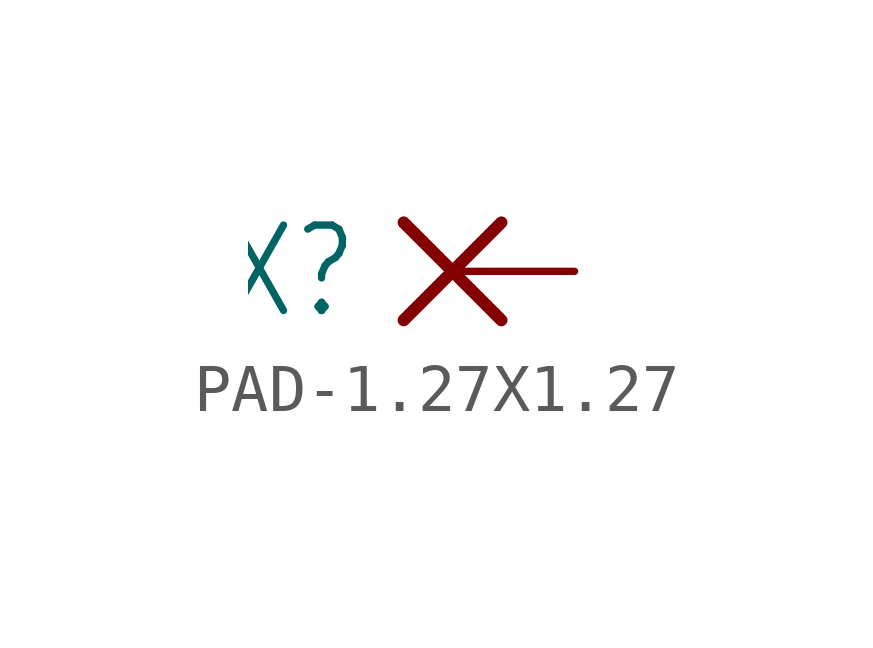
<source format=kicad_sym>
(kicad_symbol_lib
  (version 20211014)
  (generator kicad_symbol_editor)
  (symbol "PAD-1.27X1.27"
    (property "Reference" "X"
      (at -1.905 0 0)
      (effects (font (size 1.778 1.511)) (justify right)))
    (property "ki_locked" ""
      (at 0 0 0)
      (effects (font (size 1.27 1.27))))
    (symbol "PAD-1.27X1.27_1_0"
      (polyline (pts (xy -1.016 -1.016) (xy 1.016 1.016)) (stroke (width 0.254) (type default) (color 0 0 0 0)) (fill (type none)))
      (polyline (pts (xy -1.016 1.016) (xy 1.016 -1.016)) (stroke (width 0.254) (type default) (color 0 0 0 0)) (fill (type none)))
      (pin passive line (at 2.54 0 180) (length 2.54) (name "P" (effects (font (size 0 0)))) (number "1" (effects (font (size 0 0))))))))
</source>
